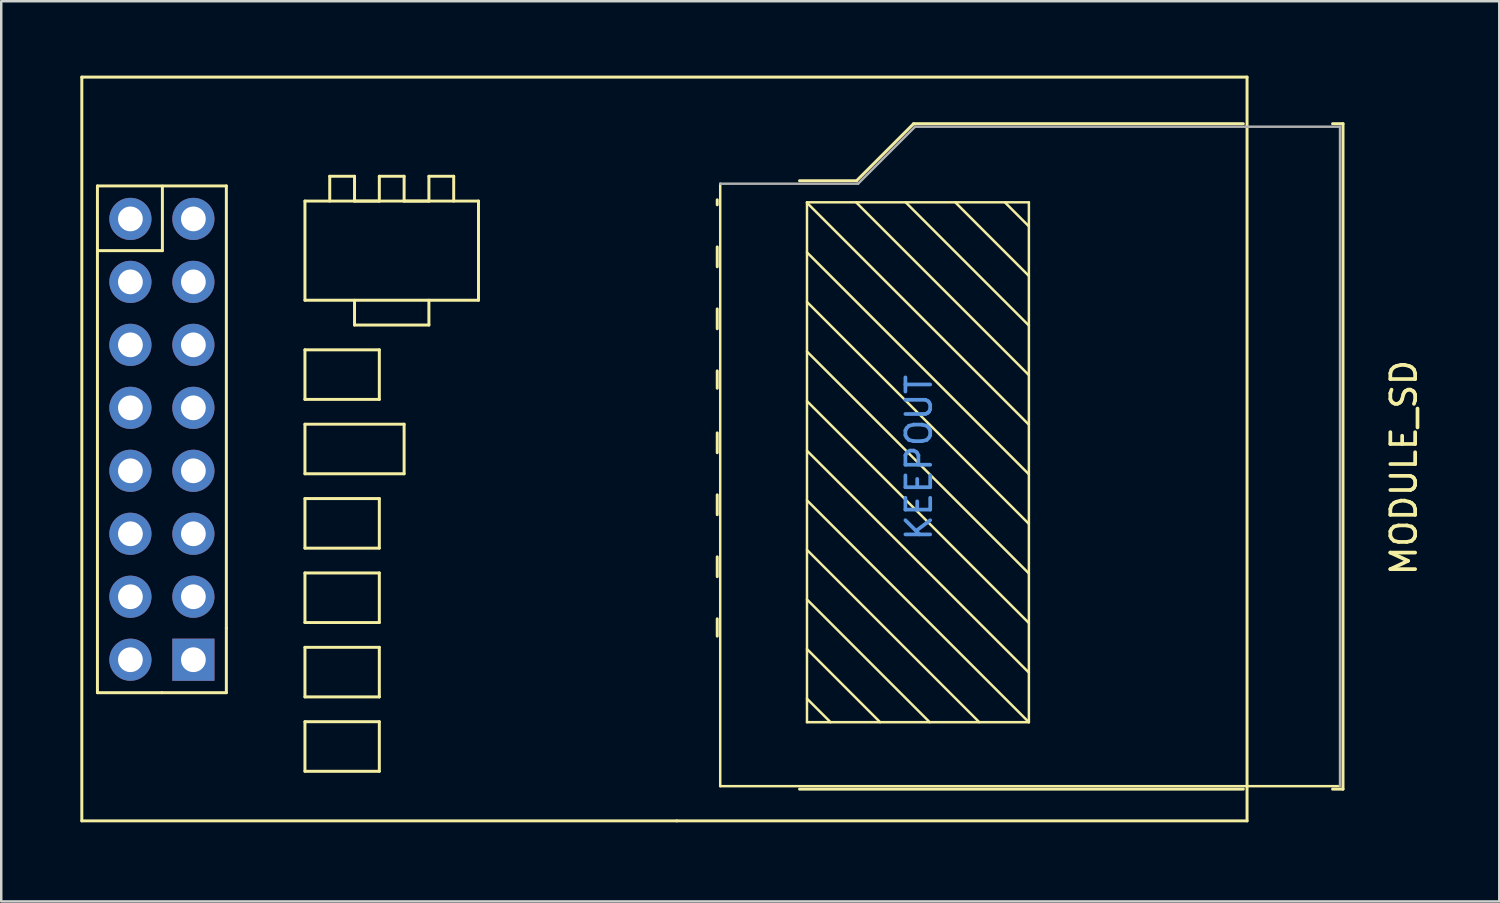
<source format=kicad_pcb>
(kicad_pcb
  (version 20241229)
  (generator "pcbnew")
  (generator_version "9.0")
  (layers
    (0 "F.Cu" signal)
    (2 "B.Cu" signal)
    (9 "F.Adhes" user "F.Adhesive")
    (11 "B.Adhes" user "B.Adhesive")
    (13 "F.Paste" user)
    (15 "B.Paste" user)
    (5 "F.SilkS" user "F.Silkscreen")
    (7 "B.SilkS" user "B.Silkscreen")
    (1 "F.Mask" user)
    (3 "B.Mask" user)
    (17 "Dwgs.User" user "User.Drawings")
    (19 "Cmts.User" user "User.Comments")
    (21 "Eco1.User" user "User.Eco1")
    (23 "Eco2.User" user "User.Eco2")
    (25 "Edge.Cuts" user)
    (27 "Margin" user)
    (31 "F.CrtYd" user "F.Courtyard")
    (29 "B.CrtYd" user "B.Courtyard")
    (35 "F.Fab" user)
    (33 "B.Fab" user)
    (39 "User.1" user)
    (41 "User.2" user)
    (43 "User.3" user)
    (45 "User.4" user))
  (footprint "MODULE_SD"
    (layer "F.Cu")
    (at 0.25 30.06)
    (property "Reference" "MODULE_SD" (at 53.325 -14.25 90) (layer "F.SilkS") (effects (font (size 1 1) (thickness 0.15))))
    (attr through_hole)
    (fp_line (start 0 -30) (end 0 0) (stroke (width 0.12) (type solid)) (layer "F.SilkS"))
    (fp_line (start 0 0) (end 24 0) (stroke (width 0.12) (type solid)) (layer "F.SilkS"))
    (fp_line (start 0.63 -5.17) (end 0.63 -25.61) (stroke (width 0.12) (type solid)) (layer "F.SilkS"))
    (fp_line (start 0.65 -23) (end 3.25 -23) (stroke (width 0.12) (type solid)) (layer "F.SilkS"))
    (fp_line (start 3.23 -5.17) (end 0.63 -5.17) (stroke (width 0.12) (type solid)) (layer "F.SilkS"))
    (fp_line (start 3.25 -23) (end 3.25 -25.6) (stroke (width 0.12) (type solid)) (layer "F.SilkS"))
    (fp_line (start 5.83 -25.61) (end 0.63 -25.61) (stroke (width 0.12) (type solid)) (layer "F.SilkS"))
    (fp_line (start 5.83 -7.77) (end 5.83 -25.61) (stroke (width 0.12) (type solid)) (layer "F.SilkS"))
    (fp_line (start 5.83 -7.77) (end 5.83 -5.17) (stroke (width 0.12) (type solid)) (layer "F.SilkS"))
    (fp_line (start 5.83 -5.17) (end 3.23 -5.17) (stroke (width 0.12) (type solid)) (layer "F.SilkS"))
    (fp_line (start 9 -25) (end 16 -25) (stroke (width 0.12) (type solid)) (layer "F.SilkS"))
    (fp_line (start 9 -21) (end 9 -25) (stroke (width 0.12) (type solid)) (layer "F.SilkS"))
    (fp_line (start 9 -19) (end 12 -19) (stroke (width 0.12) (type solid)) (layer "F.SilkS"))
    (fp_line (start 9 -17) (end 9 -19) (stroke (width 0.12) (type solid)) (layer "F.SilkS"))
    (fp_line (start 9 -16) (end 13 -16) (stroke (width 0.12) (type solid)) (layer "F.SilkS"))
    (fp_line (start 9 -14) (end 9 -16) (stroke (width 0.12) (type solid)) (layer "F.SilkS"))
    (fp_line (start 9 -13) (end 12 -13) (stroke (width 0.12) (type solid)) (layer "F.SilkS"))
    (fp_line (start 9 -11) (end 9 -13) (stroke (width 0.12) (type solid)) (layer "F.SilkS"))
    (fp_line (start 9 -10) (end 12 -10) (stroke (width 0.12) (type solid)) (layer "F.SilkS"))
    (fp_line (start 9 -8) (end 9 -10) (stroke (width 0.12) (type solid)) (layer "F.SilkS"))
    (fp_line (start 9 -7) (end 12 -7) (stroke (width 0.12) (type solid)) (layer "F.SilkS"))
    (fp_line (start 9 -5) (end 9 -7) (stroke (width 0.12) (type solid)) (layer "F.SilkS"))
    (fp_line (start 9 -4) (end 12 -4) (stroke (width 0.12) (type solid)) (layer "F.SilkS"))
    (fp_line (start 9 -2) (end 9 -4) (stroke (width 0.12) (type solid)) (layer "F.SilkS"))
    (fp_line (start 10 -26) (end 11 -26) (stroke (width 0.12) (type solid)) (layer "F.SilkS"))
    (fp_line (start 10 -25) (end 10 -26) (stroke (width 0.12) (type solid)) (layer "F.SilkS"))
    (fp_line (start 11 -26) (end 11 -25) (stroke (width 0.12) (type solid)) (layer "F.SilkS"))
    (fp_line (start 11 -25) (end 12 -25) (stroke (width 0.12) (type solid)) (layer "F.SilkS"))
    (fp_line (start 11 -21) (end 11 -20) (stroke (width 0.12) (type solid)) (layer "F.SilkS"))
    (fp_line (start 11 -20) (end 14 -20) (stroke (width 0.12) (type solid)) (layer "F.SilkS"))
    (fp_line (start 12 -26) (end 13 -26) (stroke (width 0.12) (type solid)) (layer "F.SilkS"))
    (fp_line (start 12 -25) (end 12 -26) (stroke (width 0.12) (type solid)) (layer "F.SilkS"))
    (fp_line (start 12 -19) (end 12 -17) (stroke (width 0.12) (type solid)) (layer "F.SilkS"))
    (fp_line (start 12 -17) (end 9 -17) (stroke (width 0.12) (type solid)) (layer "F.SilkS"))
    (fp_line (start 12 -13) (end 12 -11) (stroke (width 0.12) (type solid)) (layer "F.SilkS"))
    (fp_line (start 12 -11) (end 9 -11) (stroke (width 0.12) (type solid)) (layer "F.SilkS"))
    (fp_line (start 12 -10) (end 12 -8) (stroke (width 0.12) (type solid)) (layer "F.SilkS"))
    (fp_line (start 12 -8) (end 9 -8) (stroke (width 0.12) (type solid)) (layer "F.SilkS"))
    (fp_line (start 12 -7) (end 12 -5) (stroke (width 0.12) (type solid)) (layer "F.SilkS"))
    (fp_line (start 12 -5) (end 9 -5) (stroke (width 0.12) (type solid)) (layer "F.SilkS"))
    (fp_line (start 12 -4) (end 12 -2) (stroke (width 0.12) (type solid)) (layer "F.SilkS"))
    (fp_line (start 12 -2) (end 9 -2) (stroke (width 0.12) (type solid)) (layer "F.SilkS"))
    (fp_line (start 13 -26) (end 13 -25) (stroke (width 0.12) (type solid)) (layer "F.SilkS"))
    (fp_line (start 13 -25) (end 14 -25) (stroke (width 0.12) (type solid)) (layer "F.SilkS"))
    (fp_line (start 13 -16) (end 13 -14) (stroke (width 0.12) (type solid)) (layer "F.SilkS"))
    (fp_line (start 13 -14) (end 9 -14) (stroke (width 0.12) (type solid)) (layer "F.SilkS"))
    (fp_line (start 14 -26) (end 15 -26) (stroke (width 0.12) (type solid)) (layer "F.SilkS"))
    (fp_line (start 14 -25) (end 14 -26) (stroke (width 0.12) (type solid)) (layer "F.SilkS"))
    (fp_line (start 14 -20) (end 14 -21) (stroke (width 0.12) (type solid)) (layer "F.SilkS"))
    (fp_line (start 15 -26) (end 15 -25) (stroke (width 0.12) (type solid)) (layer "F.SilkS"))
    (fp_line (start 16 -25) (end 16 -21) (stroke (width 0.12) (type solid)) (layer "F.SilkS"))
    (fp_line (start 16 -21) (end 9 -21) (stroke (width 0.12) (type solid)) (layer "F.SilkS"))
    (fp_line (start 24 0) (end 47 0) (stroke (width 0.12) (type solid)) (layer "F.SilkS"))
    (fp_line (start 25.63 -24.85) (end 25.63 -25.05) (stroke (width 0.12) (type solid)) (layer "F.SilkS"))
    (fp_line (start 25.63 -22.35) (end 25.63 -23.15) (stroke (width 0.12) (type solid)) (layer "F.SilkS"))
    (fp_line (start 25.63 -19.85) (end 25.63 -20.65) (stroke (width 0.12) (type solid)) (layer "F.SilkS"))
    (fp_line (start 25.63 -17.45) (end 25.63 -18.15) (stroke (width 0.12) (type solid)) (layer "F.SilkS"))
    (fp_line (start 25.63 -14.85) (end 25.63 -15.65) (stroke (width 0.12) (type solid)) (layer "F.SilkS"))
    (fp_line (start 25.63 -12.35) (end 25.63 -13.15) (stroke (width 0.12) (type solid)) (layer "F.SilkS"))
    (fp_line (start 25.63 -9.85) (end 25.63 -10.65) (stroke (width 0.12) (type solid)) (layer "F.SilkS"))
    (fp_line (start 25.63 -7.45) (end 25.63 -8.15) (stroke (width 0.12) (type solid)) (layer "F.SilkS"))
    (fp_line (start 25.75 -25.7) (end 25.75 -1.4) (stroke (width 0.1) (type solid)) (layer "F.SilkS"))
    (fp_line (start 25.75 -1.4) (end 50.75 -1.4) (stroke (width 0.1) (type solid)) (layer "F.SilkS"))
    (fp_line (start 28.95 -25.82) (end 31.25 -25.82) (stroke (width 0.12) (type solid)) (layer "F.SilkS"))
    (fp_line (start 28.95 -1.28) (end 46.85 -1.28) (stroke (width 0.12) (type solid)) (layer "F.SilkS"))
    (fp_line (start 29.25 -24.95) (end 29.25 -3.98) (stroke (width 0.1) (type solid)) (layer "F.SilkS"))
    (fp_line (start 29.25 -24.93) (end 38.2 -15.98) (stroke (width 0.1) (type solid)) (layer "F.SilkS"))
    (fp_line (start 29.25 -22.93) (end 38.2 -13.98) (stroke (width 0.1) (type solid)) (layer "F.SilkS"))
    (fp_line (start 29.25 -20.93) (end 38.2 -11.98) (stroke (width 0.1) (type solid)) (layer "F.SilkS"))
    (fp_line (start 29.25 -18.93) (end 38.2 -9.98) (stroke (width 0.1) (type solid)) (layer "F.SilkS"))
    (fp_line (start 29.25 -16.93) (end 38.2 -7.98) (stroke (width 0.1) (type solid)) (layer "F.SilkS"))
    (fp_line (start 29.25 -14.93) (end 38.2 -5.98) (stroke (width 0.1) (type solid)) (layer "F.SilkS"))
    (fp_line (start 29.25 -12.93) (end 38.2 -3.98) (stroke (width 0.1) (type solid)) (layer "F.SilkS"))
    (fp_line (start 29.25 -10.93) (end 36.2 -3.98) (stroke (width 0.1) (type solid)) (layer "F.SilkS"))
    (fp_line (start 29.25 -8.93) (end 34.2 -3.98) (stroke (width 0.1) (type solid)) (layer "F.SilkS"))
    (fp_line (start 29.25 -6.93) (end 32.2 -3.98) (stroke (width 0.1) (type solid)) (layer "F.SilkS"))
    (fp_line (start 29.25 -4.93) (end 30.2 -3.98) (stroke (width 0.1) (type solid)) (layer "F.SilkS"))
    (fp_line (start 29.25 -3.98) (end 38.2 -3.98) (stroke (width 0.1) (type solid)) (layer "F.SilkS"))
    (fp_line (start 31.23 -24.95) (end 38.2 -17.98) (stroke (width 0.1) (type solid)) (layer "F.SilkS"))
    (fp_line (start 31.25 -25.82) (end 33.55 -28.12) (stroke (width 0.12) (type solid)) (layer "F.SilkS"))
    (fp_line (start 33.23 -24.95) (end 38.2 -19.98) (stroke (width 0.1) (type solid)) (layer "F.SilkS"))
    (fp_line (start 33.55 -28.12) (end 46.85 -28.12) (stroke (width 0.12) (type solid)) (layer "F.SilkS"))
    (fp_line (start 35.23 -24.95) (end 38.2 -21.98) (stroke (width 0.1) (type solid)) (layer "F.SilkS"))
    (fp_line (start 37.23 -24.95) (end 38.2 -23.98) (stroke (width 0.1) (type solid)) (layer "F.SilkS"))
    (fp_line (start 38.2 -24.95) (end 29.25 -24.95) (stroke (width 0.1) (type solid)) (layer "F.SilkS"))
    (fp_line (start 38.2 -3.98) (end 38.2 -24.95) (stroke (width 0.1) (type solid)) (layer "F.SilkS"))
    (fp_line (start 47 -30) (end 0 -30) (stroke (width 0.12) (type solid)) (layer "F.SilkS"))
    (fp_line (start 47 0) (end 47 -30) (stroke (width 0.12) (type solid)) (layer "F.SilkS"))
    (fp_line (start 50.45 -1.28) (end 50.87 -1.28) (stroke (width 0.12) (type solid)) (layer "F.SilkS"))
    (fp_line (start 50.87 -28.12) (end 50.45 -28.12) (stroke (width 0.12) (type solid)) (layer "F.SilkS"))
    (fp_line (start 50.87 -1.28) (end 50.87 -28.12) (stroke (width 0.12) (type solid)) (layer "F.SilkS"))
    (fp_line (start 31.31 -25.7) (end 25.75 -25.7) (stroke (width 0.1) (type solid)) (layer "F.Fab"))
    (fp_line (start 33.61 -28) (end 31.31 -25.7) (stroke (width 0.1) (type solid)) (layer "F.Fab"))
    (fp_line (start 50.75 -28) (end 33.61 -28) (stroke (width 0.1) (type solid)) (layer "F.Fab"))
    (fp_line (start 50.75 -1.4) (end 50.75 -28) (stroke (width 0.1) (type solid)) (layer "F.Fab"))
    (fp_text user "KEEPOUT" (at 33.765 -14.65 90) (layer "Cmts.User") (effects (font (size 1 1) (thickness 0.15))))
    (pad "1" thru_hole oval (at 1.96 -24.28 180) (size 1.7 1.7) (drill 1) (layers "*.Cu" "*.Mask"))
    (pad "1" thru_hole oval (at 4.5 -24.28 180) (size 1.7 1.7) (drill 1) (layers "*.Cu" "*.Mask"))
    (pad "2" thru_hole oval (at 1.96 -21.74 180) (size 1.7 1.7) (drill 1) (layers "*.Cu" "*.Mask"))
    (pad "2" thru_hole oval (at 4.5 -21.74 180) (size 1.7 1.7) (drill 1) (layers "*.Cu" "*.Mask"))
    (pad "3" thru_hole oval (at 1.96 -19.2 180) (size 1.7 1.7) (drill 1) (layers "*.Cu" "*.Mask"))
    (pad "3" thru_hole oval (at 4.5 -19.2 180) (size 1.7 1.7) (drill 1) (layers "*.Cu" "*.Mask"))
    (pad "4" thru_hole oval (at 1.96 -16.66 180) (size 1.7 1.7) (drill 1) (layers "*.Cu" "*.Mask"))
    (pad "4" thru_hole oval (at 4.5 -16.66 180) (size 1.7 1.7) (drill 1) (layers "*.Cu" "*.Mask"))
    (pad "5" thru_hole oval (at 1.96 -14.12 180) (size 1.7 1.7) (drill 1) (layers "*.Cu" "*.Mask"))
    (pad "5" thru_hole oval (at 4.5 -14.12 180) (size 1.7 1.7) (drill 1) (layers "*.Cu" "*.Mask"))
    (pad "6" thru_hole oval (at 1.96 -11.58 180) (size 1.7 1.7) (drill 1) (layers "*.Cu" "*.Mask"))
    (pad "6" thru_hole oval (at 4.5 -11.58 180) (size 1.7 1.7) (drill 1) (layers "*.Cu" "*.Mask"))
    (pad "7" thru_hole oval (at 1.96 -9.04 180) (size 1.7 1.7) (drill 1) (layers "*.Cu" "*.Mask"))
    (pad "7" thru_hole oval (at 4.5 -9.04 180) (size 1.7 1.7) (drill 1) (layers "*.Cu" "*.Mask"))
    (pad "8" thru_hole oval (at 1.96 -6.5 180) (size 1.7 1.7) (drill 1) (layers "*.Cu" "*.Mask"))
    (pad "8" thru_hole rect (at 4.5 -6.5 180) (size 1.7 1.7) (drill 1) (layers "*.Cu" "*.Mask")))
  (gr_rect
    (start -3 -3)
    (end 57.423 33.31)
    (stroke (width 0.1) (type default))
    (fill no)
    (layer "Edge.Cuts")))
</source>
